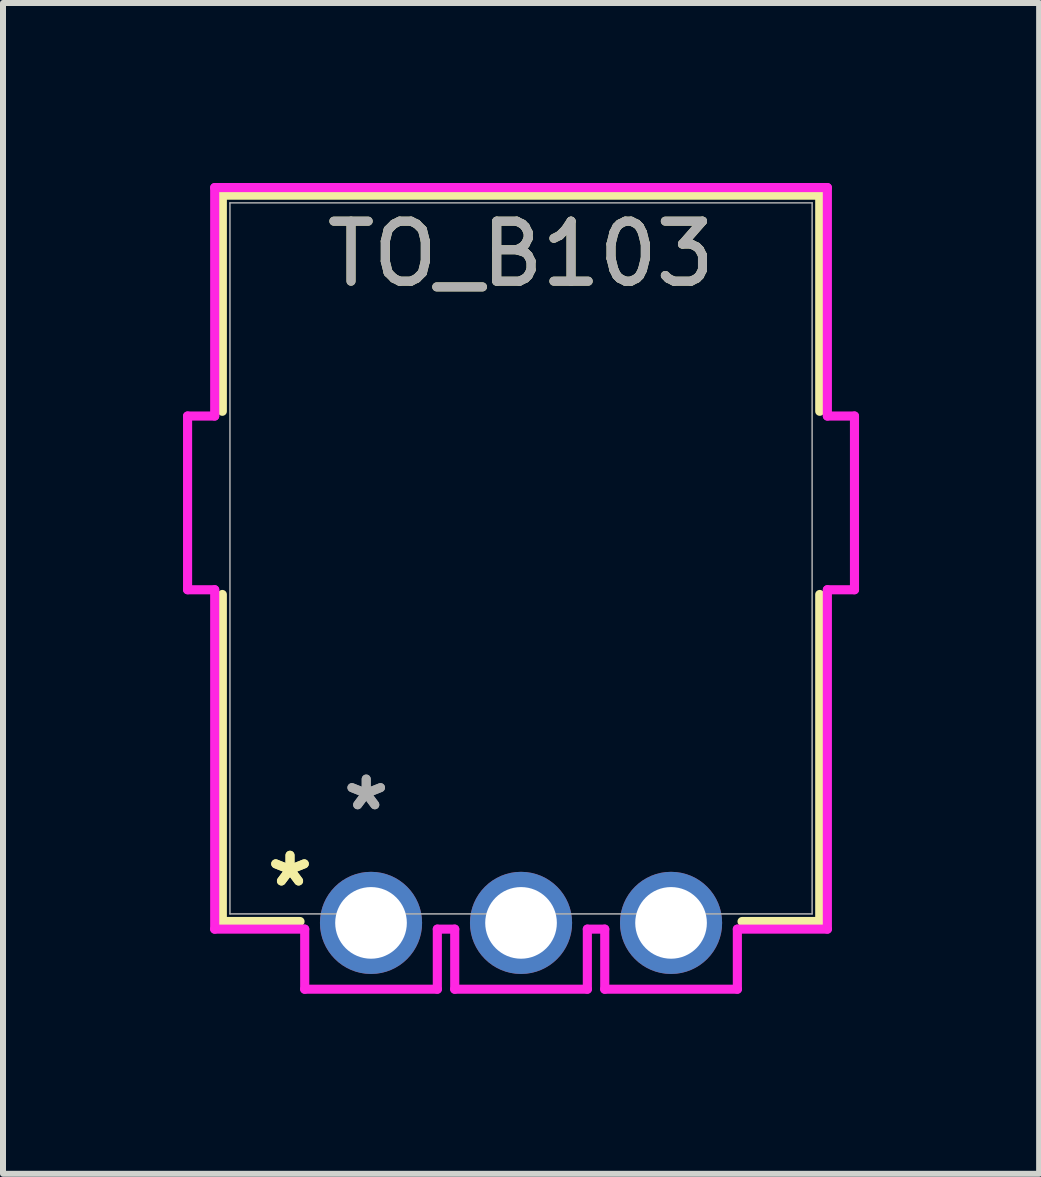
<source format=kicad_pcb>
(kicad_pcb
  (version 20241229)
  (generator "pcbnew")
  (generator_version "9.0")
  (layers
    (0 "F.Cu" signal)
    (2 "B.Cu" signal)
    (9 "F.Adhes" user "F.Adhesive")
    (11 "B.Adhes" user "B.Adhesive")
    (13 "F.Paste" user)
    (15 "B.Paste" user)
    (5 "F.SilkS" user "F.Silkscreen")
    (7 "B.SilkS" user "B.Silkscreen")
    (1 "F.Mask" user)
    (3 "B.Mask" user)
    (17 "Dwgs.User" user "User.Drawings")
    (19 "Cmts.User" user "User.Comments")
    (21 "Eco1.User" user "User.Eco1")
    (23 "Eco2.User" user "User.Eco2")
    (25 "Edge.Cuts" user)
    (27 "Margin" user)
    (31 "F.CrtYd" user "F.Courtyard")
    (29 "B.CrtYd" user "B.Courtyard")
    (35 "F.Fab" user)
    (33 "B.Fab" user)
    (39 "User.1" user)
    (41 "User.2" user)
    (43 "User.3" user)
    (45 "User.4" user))
  (footprint "TO_B103"
    (layer "F.Cu")
    (at 3.133 12.33)
    (property "Reference" "TO_B103" (at 2.5 -11.149 0) (unlocked yes) (layer "F.SilkS") (effects (font (size 1 1) (thickness 0.15))))
    (attr through_hole)
    (fp_line (start -2.478 -12.127) (end -2.478 -8.526) (stroke (width 0.152) (type solid)) (layer "F.SilkS"))
    (fp_line (start -2.478 -5.473) (end -2.478 -0.023) (stroke (width 0.152) (type solid)) (layer "F.SilkS"))
    (fp_line (start -2.478 -0.023) (end -1.183 -0.023) (stroke (width 0.152) (type solid)) (layer "F.SilkS"))
    (fp_line (start 6.183 -0.023) (end 7.478 -0.023) (stroke (width 0.152) (type solid)) (layer "F.SilkS"))
    (fp_line (start 7.478 -12.127) (end -2.478 -12.127) (stroke (width 0.152) (type solid)) (layer "F.SilkS"))
    (fp_line (start 7.478 -8.526) (end 7.478 -12.127) (stroke (width 0.152) (type solid)) (layer "F.SilkS"))
    (fp_line (start 7.478 -0.023) (end 7.478 -5.473) (stroke (width 0.152) (type solid)) (layer "F.SilkS"))
    (fp_line (start -3.057 -8.447) (end -3.057 -5.552) (stroke (width 0.152) (type solid)) (layer "F.CrtYd"))
    (fp_line (start -3.057 -5.552) (end -2.605 -5.552) (stroke (width 0.152) (type solid)) (layer "F.CrtYd"))
    (fp_line (start -2.605 -12.254) (end -2.605 -8.447) (stroke (width 0.152) (type solid)) (layer "F.CrtYd"))
    (fp_line (start -2.605 -8.447) (end -3.057 -8.447) (stroke (width 0.152) (type solid)) (layer "F.CrtYd"))
    (fp_line (start -2.605 -5.552) (end -2.605 0.104) (stroke (width 0.152) (type solid)) (layer "F.CrtYd"))
    (fp_line (start -2.605 0.104) (end -1.105 0.104) (stroke (width 0.152) (type solid)) (layer "F.CrtYd"))
    (fp_line (start -1.105 0.104) (end -1.105 1.105) (stroke (width 0.152) (type solid)) (layer "F.CrtYd"))
    (fp_line (start -1.105 1.105) (end 1.105 1.105) (stroke (width 0.152) (type solid)) (layer "F.CrtYd"))
    (fp_line (start 1.105 0.104) (end 1.395 0.104) (stroke (width 0.152) (type solid)) (layer "F.CrtYd"))
    (fp_line (start 1.105 1.105) (end 1.105 0.104) (stroke (width 0.152) (type solid)) (layer "F.CrtYd"))
    (fp_line (start 1.395 0.104) (end 1.395 1.105) (stroke (width 0.152) (type solid)) (layer "F.CrtYd"))
    (fp_line (start 1.395 1.105) (end 3.605 1.105) (stroke (width 0.152) (type solid)) (layer "F.CrtYd"))
    (fp_line (start 3.605 0.104) (end 3.895 0.104) (stroke (width 0.152) (type solid)) (layer "F.CrtYd"))
    (fp_line (start 3.605 1.105) (end 3.605 0.104) (stroke (width 0.152) (type solid)) (layer "F.CrtYd"))
    (fp_line (start 3.895 0.104) (end 3.895 1.105) (stroke (width 0.152) (type solid)) (layer "F.CrtYd"))
    (fp_line (start 3.895 1.105) (end 6.105 1.105) (stroke (width 0.152) (type solid)) (layer "F.CrtYd"))
    (fp_line (start 6.105 0.104) (end 7.605 0.104) (stroke (width 0.152) (type solid)) (layer "F.CrtYd"))
    (fp_line (start 6.105 1.105) (end 6.105 0.104) (stroke (width 0.152) (type solid)) (layer "F.CrtYd"))
    (fp_line (start 7.605 -12.254) (end -2.605 -12.254) (stroke (width 0.152) (type solid)) (layer "F.CrtYd"))
    (fp_line (start 7.605 -8.447) (end 7.605 -12.254) (stroke (width 0.152) (type solid)) (layer "F.CrtYd"))
    (fp_line (start 7.605 -5.552) (end 8.057 -5.552) (stroke (width 0.152) (type solid)) (layer "F.CrtYd"))
    (fp_line (start 7.605 0.104) (end 7.605 -5.552) (stroke (width 0.152) (type solid)) (layer "F.CrtYd"))
    (fp_line (start 8.057 -8.447) (end 7.605 -8.447) (stroke (width 0.152) (type solid)) (layer "F.CrtYd"))
    (fp_line (start 8.057 -5.552) (end 8.057 -8.447) (stroke (width 0.152) (type solid)) (layer "F.CrtYd"))
    (fp_line (start -2.351 -11.999) (end -2.351 -0.15) (stroke (width 0.025) (type solid)) (layer "F.Fab"))
    (fp_line (start -2.351 -0.15) (end 7.351 -0.15) (stroke (width 0.025) (type solid)) (layer "F.Fab"))
    (fp_line (start 7.351 -11.999) (end -2.351 -11.999) (stroke (width 0.025) (type solid)) (layer "F.Fab"))
    (fp_line (start 7.351 -0.15) (end 7.351 -11.999) (stroke (width 0.025) (type solid)) (layer "F.Fab"))
    (fp_text user "*" (at -1.35 -0.582 0) (unlocked yes) (layer "F.SilkS") (effects (font (size 1 1) (thickness 0.15))))
    (fp_text user "*" (at -1.35 -0.582 0) (layer "F.SilkS") (effects (font (size 1 1) (thickness 0.15))))
    (fp_text user "${REFERENCE}" (at 2.5 -11.149 0) (unlocked yes) (layer "F.Fab") (effects (font (size 1 1) (thickness 0.15))))
    (fp_text user "*" (at -0.08 -1.852 0) (layer "F.Fab") (effects (font (size 1 1) (thickness 0.15))))
    (fp_text user "*" (at -0.08 -1.852 0) (unlocked yes) (layer "F.Fab") (effects (font (size 1 1) (thickness 0.15))))
    (pad "1" thru_hole circle (at 0 0) (size 1.702 1.702) (drill 1.194) (layers "*.Cu" "*.Mask"))
    (pad "2" thru_hole circle (at 2.5 0) (size 1.702 1.702) (drill 1.194) (layers "*.Cu" "*.Mask"))
    (pad "3" thru_hole circle (at 5 0) (size 1.702 1.702) (drill 1.194) (layers "*.Cu" "*.Mask")))
  (gr_rect
    (start -3 -3)
    (end 14.267 16.511)
    (stroke (width 0.1) (type default))
    (fill no)
    (layer "Edge.Cuts")))
</source>
